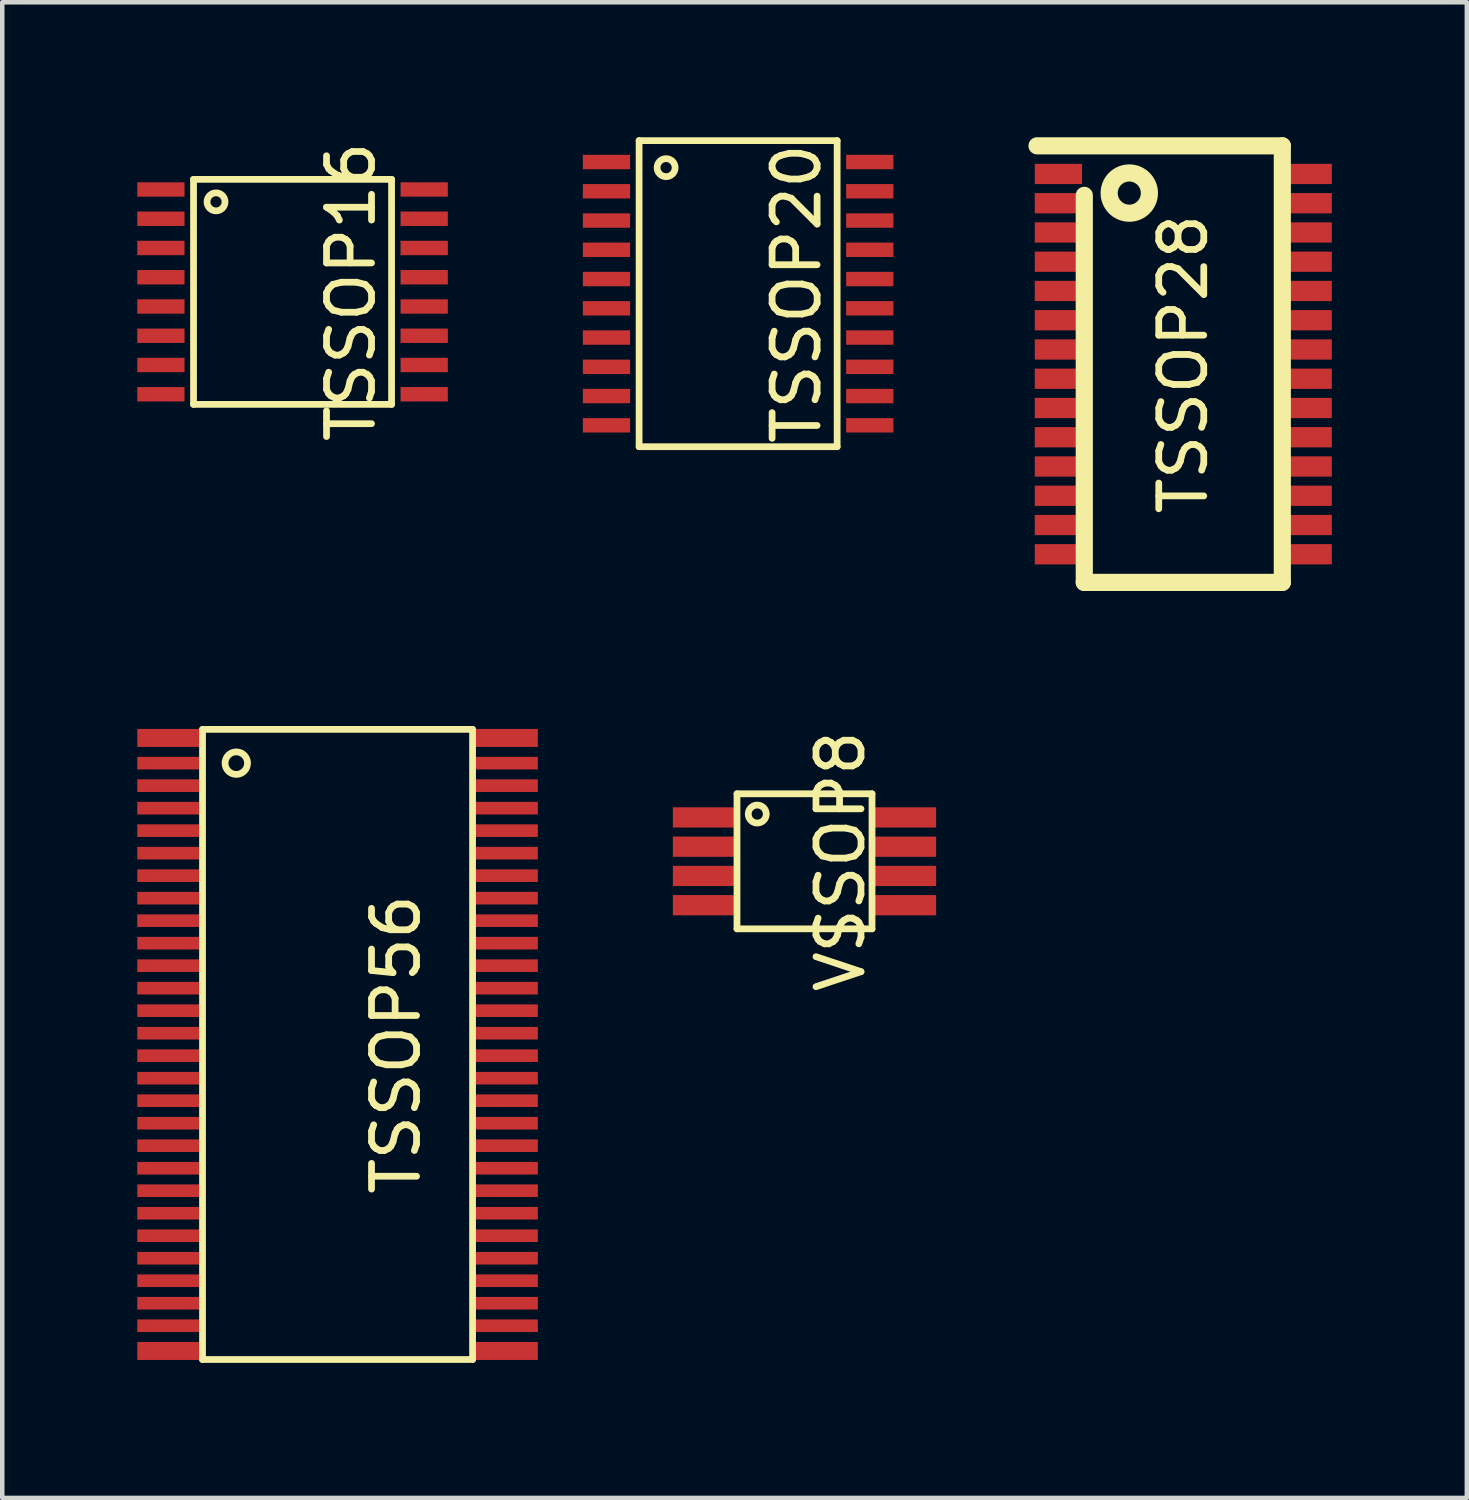
<source format=kicad_pcb>
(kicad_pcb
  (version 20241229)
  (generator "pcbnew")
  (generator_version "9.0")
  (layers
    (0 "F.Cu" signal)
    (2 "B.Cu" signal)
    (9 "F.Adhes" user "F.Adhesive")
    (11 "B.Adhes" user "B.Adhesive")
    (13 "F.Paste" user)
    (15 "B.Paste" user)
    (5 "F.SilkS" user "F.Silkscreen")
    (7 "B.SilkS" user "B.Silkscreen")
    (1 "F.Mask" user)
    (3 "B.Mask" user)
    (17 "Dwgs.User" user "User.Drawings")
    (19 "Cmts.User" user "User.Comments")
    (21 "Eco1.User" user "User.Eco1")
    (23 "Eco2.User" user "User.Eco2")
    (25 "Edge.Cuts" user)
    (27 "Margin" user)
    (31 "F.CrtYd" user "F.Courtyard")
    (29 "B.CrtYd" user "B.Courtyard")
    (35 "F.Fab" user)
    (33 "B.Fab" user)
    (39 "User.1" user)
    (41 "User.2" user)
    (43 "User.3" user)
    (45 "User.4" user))
  (footprint "TSSOP56"
    (layer "F.Cu")
    (at 4.45 20.156)
    (property "Reference" "TSSOP56" (at 1.3 0 90) (layer "F.SilkS") (effects (font (size 1 1) (thickness 0.15))))
    (attr smd)
    (fp_line (start -3 -7) (end 3 -7) (stroke (width 0.15) (type solid)) (layer "F.SilkS"))
    (fp_line (start -3 7) (end -3 -7) (stroke (width 0.15) (type solid)) (layer "F.SilkS"))
    (fp_line (start 3 -7) (end 3 7) (stroke (width 0.15) (type solid)) (layer "F.SilkS"))
    (fp_line (start 3 7) (end -3 7) (stroke (width 0.15) (type solid)) (layer "F.SilkS"))
    (fp_circle (center -2.25 -6.25) (end -2 -6.25) (stroke (width 0.15) (type solid)) (fill no) (layer "F.SilkS"))
    (pad "1" smd rect (at -3.75 -6.81) (size 1.4 0.4) (layers "F.Cu" "F.Mask" "F.Paste"))
    (pad "2" smd rect (at -3.75 -6.25) (size 1.4 0.28) (layers "F.Cu" "F.Mask" "F.Paste"))
    (pad "3" smd rect (at -3.75 -5.75) (size 1.4 0.28) (layers "F.Cu" "F.Mask" "F.Paste"))
    (pad "4" smd rect (at -3.75 -5.25) (size 1.4 0.28) (layers "F.Cu" "F.Mask" "F.Paste"))
    (pad "5" smd rect (at -3.75 -4.75) (size 1.4 0.28) (layers "F.Cu" "F.Mask" "F.Paste"))
    (pad "6" smd rect (at -3.75 -4.25) (size 1.4 0.28) (layers "F.Cu" "F.Mask" "F.Paste"))
    (pad "7" smd rect (at -3.75 -3.75) (size 1.4 0.28) (layers "F.Cu" "F.Mask" "F.Paste"))
    (pad "8" smd rect (at -3.75 -3.25) (size 1.4 0.28) (layers "F.Cu" "F.Mask" "F.Paste"))
    (pad "9" smd rect (at -3.75 -2.75) (size 1.4 0.28) (layers "F.Cu" "F.Mask" "F.Paste"))
    (pad "10" smd rect (at -3.75 -2.25) (size 1.4 0.28) (layers "F.Cu" "F.Mask" "F.Paste"))
    (pad "11" smd rect (at -3.75 -1.75) (size 1.4 0.28) (layers "F.Cu" "F.Mask" "F.Paste"))
    (pad "12" smd rect (at -3.75 -1.25) (size 1.4 0.28) (layers "F.Cu" "F.Mask" "F.Paste"))
    (pad "13" smd rect (at -3.75 -0.75) (size 1.4 0.28) (layers "F.Cu" "F.Mask" "F.Paste"))
    (pad "14" smd rect (at -3.75 -0.25) (size 1.4 0.28) (layers "F.Cu" "F.Mask" "F.Paste"))
    (pad "15" smd rect (at -3.75 0.25) (size 1.4 0.28) (layers "F.Cu" "F.Mask" "F.Paste"))
    (pad "16" smd rect (at -3.75 0.75) (size 1.4 0.28) (layers "F.Cu" "F.Mask" "F.Paste"))
    (pad "17" smd rect (at -3.75 1.25) (size 1.4 0.28) (layers "F.Cu" "F.Mask" "F.Paste"))
    (pad "18" smd rect (at -3.75 1.75) (size 1.4 0.28) (layers "F.Cu" "F.Mask" "F.Paste"))
    (pad "19" smd rect (at -3.75 2.25) (size 1.4 0.28) (layers "F.Cu" "F.Mask" "F.Paste"))
    (pad "20" smd rect (at -3.75 2.75) (size 1.4 0.28) (layers "F.Cu" "F.Mask" "F.Paste"))
    (pad "21" smd rect (at -3.75 3.25) (size 1.4 0.28) (layers "F.Cu" "F.Mask" "F.Paste"))
    (pad "22" smd rect (at -3.75 3.75) (size 1.4 0.28) (layers "F.Cu" "F.Mask" "F.Paste"))
    (pad "23" smd rect (at -3.75 4.25) (size 1.4 0.28) (layers "F.Cu" "F.Mask" "F.Paste"))
    (pad "24" smd rect (at -3.75 4.75) (size 1.4 0.28) (layers "F.Cu" "F.Mask" "F.Paste"))
    (pad "25" smd rect (at -3.75 5.25) (size 1.4 0.28) (layers "F.Cu" "F.Mask" "F.Paste"))
    (pad "26" smd rect (at -3.75 5.75) (size 1.4 0.28) (layers "F.Cu" "F.Mask" "F.Paste"))
    (pad "27" smd rect (at -3.75 6.25) (size 1.4 0.28) (layers "F.Cu" "F.Mask" "F.Paste"))
    (pad "28" smd rect (at -3.75 6.81) (size 1.4 0.4) (layers "F.Cu" "F.Mask" "F.Paste"))
    (pad "29" smd rect (at 3.75 6.81) (size 1.4 0.4) (layers "F.Cu" "F.Mask" "F.Paste"))
    (pad "30" smd rect (at 3.75 6.25) (size 1.4 0.28) (layers "F.Cu" "F.Mask" "F.Paste"))
    (pad "31" smd rect (at 3.75 5.75) (size 1.4 0.28) (layers "F.Cu" "F.Mask" "F.Paste"))
    (pad "32" smd rect (at 3.75 5.25) (size 1.4 0.28) (layers "F.Cu" "F.Mask" "F.Paste"))
    (pad "33" smd rect (at 3.75 4.75) (size 1.4 0.28) (layers "F.Cu" "F.Mask" "F.Paste"))
    (pad "34" smd rect (at 3.75 4.25) (size 1.4 0.28) (layers "F.Cu" "F.Mask" "F.Paste"))
    (pad "35" smd rect (at 3.75 3.75) (size 1.4 0.28) (layers "F.Cu" "F.Mask" "F.Paste"))
    (pad "36" smd rect (at 3.75 3.25) (size 1.4 0.28) (layers "F.Cu" "F.Mask" "F.Paste"))
    (pad "37" smd rect (at 3.75 2.75) (size 1.4 0.28) (layers "F.Cu" "F.Mask" "F.Paste"))
    (pad "38" smd rect (at 3.75 2.25) (size 1.4 0.28) (layers "F.Cu" "F.Mask" "F.Paste"))
    (pad "39" smd rect (at 3.75 1.75) (size 1.4 0.28) (layers "F.Cu" "F.Mask" "F.Paste"))
    (pad "40" smd rect (at 3.75 1.25) (size 1.4 0.28) (layers "F.Cu" "F.Mask" "F.Paste"))
    (pad "41" smd rect (at 3.75 0.75) (size 1.4 0.28) (layers "F.Cu" "F.Mask" "F.Paste"))
    (pad "42" smd rect (at 3.75 0.25) (size 1.4 0.28) (layers "F.Cu" "F.Mask" "F.Paste"))
    (pad "43" smd rect (at 3.75 -0.25) (size 1.4 0.28) (layers "F.Cu" "F.Mask" "F.Paste"))
    (pad "44" smd rect (at 3.75 -0.75) (size 1.4 0.28) (layers "F.Cu" "F.Mask" "F.Paste"))
    (pad "45" smd rect (at 3.75 -1.25) (size 1.4 0.28) (layers "F.Cu" "F.Mask" "F.Paste"))
    (pad "46" smd rect (at 3.75 -1.75) (size 1.4 0.28) (layers "F.Cu" "F.Mask" "F.Paste"))
    (pad "47" smd rect (at 3.75 -2.25) (size 1.4 0.28) (layers "F.Cu" "F.Mask" "F.Paste"))
    (pad "48" smd rect (at 3.75 -2.75) (size 1.4 0.28) (layers "F.Cu" "F.Mask" "F.Paste"))
    (pad "49" smd rect (at 3.75 -3.25) (size 1.4 0.28) (layers "F.Cu" "F.Mask" "F.Paste"))
    (pad "50" smd rect (at 3.75 -3.75) (size 1.4 0.28) (layers "F.Cu" "F.Mask" "F.Paste"))
    (pad "51" smd rect (at 3.75 -4.25) (size 1.4 0.28) (layers "F.Cu" "F.Mask" "F.Paste"))
    (pad "52" smd rect (at 3.75 -4.75) (size 1.4 0.28) (layers "F.Cu" "F.Mask" "F.Paste"))
    (pad "53" smd rect (at 3.75 -5.25) (size 1.4 0.28) (layers "F.Cu" "F.Mask" "F.Paste"))
    (pad "54" smd rect (at 3.75 -5.75) (size 1.4 0.28) (layers "F.Cu" "F.Mask" "F.Paste"))
    (pad "55" smd rect (at 3.75 -6.25) (size 1.4 0.28) (layers "F.Cu" "F.Mask" "F.Paste"))
    (pad "56" smd rect (at 3.75 -6.81) (size 1.4 0.4) (layers "F.Cu" "F.Mask" "F.Paste")))
  (footprint "VSSOP8"
    (layer "F.Cu")
    (at 14.825 16.087)
    (property "Reference" "VSSOP8" (at 0.8 0 90) (layer "F.SilkS") (effects (font (size 1 1) (thickness 0.15))))
    (attr smd)
    (fp_line (start -1.5 -1.5) (end 1.5 -1.5) (stroke (width 0.15) (type solid)) (layer "F.SilkS"))
    (fp_line (start -1.5 1.5) (end -1.5 -1.5) (stroke (width 0.15) (type solid)) (layer "F.SilkS"))
    (fp_line (start 1.5 -1.5) (end 1.5 1.5) (stroke (width 0.15) (type solid)) (layer "F.SilkS"))
    (fp_line (start 1.5 1.5) (end -1.5 1.5) (stroke (width 0.15) (type solid)) (layer "F.SilkS"))
    (fp_circle (center -1.05 -1.05) (end -1.05 -1.25) (stroke (width 0.15) (type solid)) (fill no) (layer "F.SilkS"))
    (pad "1" smd rect (at -2.2 -0.975) (size 1.45 0.45) (layers "F.Cu" "F.Mask" "F.Paste"))
    (pad "2" smd rect (at -2.2 -0.325) (size 1.45 0.45) (layers "F.Cu" "F.Mask" "F.Paste"))
    (pad "3" smd rect (at -2.2 0.325) (size 1.45 0.45) (layers "F.Cu" "F.Mask" "F.Paste"))
    (pad "4" smd rect (at -2.2 0.975) (size 1.45 0.45) (layers "F.Cu" "F.Mask" "F.Paste"))
    (pad "5" smd rect (at 2.2 0.975) (size 1.45 0.45) (layers "F.Cu" "F.Mask" "F.Paste"))
    (pad "6" smd rect (at 2.2 0.325) (size 1.45 0.45) (layers "F.Cu" "F.Mask" "F.Paste"))
    (pad "7" smd rect (at 2.2 -0.325) (size 1.45 0.45) (layers "F.Cu" "F.Mask" "F.Paste"))
    (pad "8" smd rect (at 2.2 -0.975) (size 1.45 0.45) (layers "F.Cu" "F.Mask" "F.Paste")))
  (footprint "TSSOP28"
    (layer "F.Cu")
    (at 23.241 5.04)
    (property "Reference" "TSSOP28" (at 0 0 90) (layer "F.SilkS") (effects (font (size 1 1) (thickness 0.15))))
    (attr smd)
    (fp_line (start -2.2 4.85) (end -2.2 -3.75) (stroke (width 0.381) (type solid)) (layer "F.SilkS"))
    (fp_line (start 2.2 -4.85) (end -3.25 -4.85) (stroke (width 0.381) (type solid)) (layer "F.SilkS"))
    (fp_line (start 2.2 -4.85) (end 2.2 4.85) (stroke (width 0.381) (type solid)) (layer "F.SilkS"))
    (fp_line (start 2.2 4.85) (end -2.2 4.85) (stroke (width 0.381) (type solid)) (layer "F.SilkS"))
    (fp_circle (center -1.2 -3.8) (end -0.8 -3.6) (stroke (width 0.381) (type solid)) (fill no) (layer "F.SilkS"))
    (pad "1" smd rect (at -2.775 -4.225) (size 1.05 0.45) (layers "F.Cu" "F.Mask" "F.Paste"))
    (pad "2" smd rect (at -2.775 -3.575) (size 1.05 0.45) (layers "F.Cu" "F.Mask" "F.Paste"))
    (pad "3" smd rect (at -2.775 -2.925) (size 1.05 0.45) (layers "F.Cu" "F.Mask" "F.Paste"))
    (pad "4" smd rect (at -2.775 -2.275) (size 1.05 0.45) (layers "F.Cu" "F.Mask" "F.Paste"))
    (pad "5" smd rect (at -2.775 -1.625) (size 1.05 0.45) (layers "F.Cu" "F.Mask" "F.Paste"))
    (pad "6" smd rect (at -2.775 -0.975) (size 1.05 0.45) (layers "F.Cu" "F.Mask" "F.Paste"))
    (pad "7" smd rect (at -2.775 -0.325) (size 1.05 0.45) (layers "F.Cu" "F.Mask" "F.Paste"))
    (pad "8" smd rect (at -2.775 0.325) (size 1.05 0.45) (layers "F.Cu" "F.Mask" "F.Paste"))
    (pad "9" smd rect (at -2.775 0.975) (size 1.05 0.45) (layers "F.Cu" "F.Mask" "F.Paste"))
    (pad "10" smd rect (at -2.775 1.625) (size 1.05 0.45) (layers "F.Cu" "F.Mask" "F.Paste"))
    (pad "11" smd rect (at -2.775 2.275) (size 1.05 0.45) (layers "F.Cu" "F.Mask" "F.Paste"))
    (pad "12" smd rect (at -2.775 2.925) (size 1.05 0.45) (layers "F.Cu" "F.Mask" "F.Paste"))
    (pad "13" smd rect (at -2.775 3.575) (size 1.05 0.45) (layers "F.Cu" "F.Mask" "F.Paste"))
    (pad "14" smd rect (at -2.775 4.225) (size 1.05 0.45) (layers "F.Cu" "F.Mask" "F.Paste"))
    (pad "15" smd rect (at 2.775 4.225) (size 1.05 0.45) (layers "F.Cu" "F.Mask" "F.Paste"))
    (pad "16" smd rect (at 2.775 3.575) (size 1.05 0.45) (layers "F.Cu" "F.Mask" "F.Paste"))
    (pad "17" smd rect (at 2.775 2.925) (size 1.05 0.45) (layers "F.Cu" "F.Mask" "F.Paste"))
    (pad "18" smd rect (at 2.775 2.275) (size 1.05 0.45) (layers "F.Cu" "F.Mask" "F.Paste"))
    (pad "19" smd rect (at 2.775 1.625) (size 1.05 0.45) (layers "F.Cu" "F.Mask" "F.Paste"))
    (pad "20" smd rect (at 2.775 0.975) (size 1.05 0.45) (layers "F.Cu" "F.Mask" "F.Paste"))
    (pad "21" smd rect (at 2.775 0.325) (size 1.05 0.45) (layers "F.Cu" "F.Mask" "F.Paste"))
    (pad "22" smd rect (at 2.775 -0.325) (size 1.05 0.45) (layers "F.Cu" "F.Mask" "F.Paste"))
    (pad "23" smd rect (at 2.775 -0.975) (size 1.05 0.45) (layers "F.Cu" "F.Mask" "F.Paste"))
    (pad "24" smd rect (at 2.775 -1.625) (size 1.05 0.45) (layers "F.Cu" "F.Mask" "F.Paste"))
    (pad "25" smd rect (at 2.775 -2.275) (size 1.05 0.45) (layers "F.Cu" "F.Mask" "F.Paste"))
    (pad "26" smd rect (at 2.775 -2.925) (size 1.05 0.45) (layers "F.Cu" "F.Mask" "F.Paste"))
    (pad "27" smd rect (at 2.775 -3.575) (size 1.05 0.45) (layers "F.Cu" "F.Mask" "F.Paste"))
    (pad "28" smd rect (at 2.775 -4.225) (size 1.05 0.45) (layers "F.Cu" "F.Mask" "F.Paste")))
  (footprint "TSSOP16"
    (layer "F.Cu")
    (at 3.45 3.435)
    (property "Reference" "TSSOP16" (at 1.3 0 90) (layer "F.SilkS") (effects (font (size 1 1) (thickness 0.15))))
    (attr smd)
    (fp_line (start -2.2 -2.5) (end 2.2 -2.5) (stroke (width 0.15) (type solid)) (layer "F.SilkS"))
    (fp_line (start -2.2 2.5) (end -2.2 -2.5) (stroke (width 0.15) (type solid)) (layer "F.SilkS"))
    (fp_line (start 2.2 -2.5) (end 2.2 2.5) (stroke (width 0.15) (type solid)) (layer "F.SilkS"))
    (fp_line (start 2.2 2.5) (end -2.2 2.5) (stroke (width 0.15) (type solid)) (layer "F.SilkS"))
    (fp_circle (center -1.7 -2) (end -1.7 -2.2) (stroke (width 0.15) (type solid)) (fill no) (layer "F.SilkS"))
    (pad "1" smd rect (at -2.925 -2.275) (size 1.05 0.32) (layers "F.Cu" "F.Mask" "F.Paste"))
    (pad "2" smd rect (at -2.925 -1.625) (size 1.05 0.32) (layers "F.Cu" "F.Mask" "F.Paste"))
    (pad "3" smd rect (at -2.925 -0.975) (size 1.05 0.32) (layers "F.Cu" "F.Mask" "F.Paste"))
    (pad "4" smd rect (at -2.925 -0.325) (size 1.05 0.32) (layers "F.Cu" "F.Mask" "F.Paste"))
    (pad "5" smd rect (at -2.925 0.325) (size 1.05 0.32) (layers "F.Cu" "F.Mask" "F.Paste"))
    (pad "6" smd rect (at -2.925 0.975) (size 1.05 0.32) (layers "F.Cu" "F.Mask" "F.Paste"))
    (pad "7" smd rect (at -2.925 1.625) (size 1.05 0.32) (layers "F.Cu" "F.Mask" "F.Paste"))
    (pad "8" smd rect (at -2.925 2.275) (size 1.05 0.32) (layers "F.Cu" "F.Mask" "F.Paste"))
    (pad "9" smd rect (at 2.925 2.275) (size 1.05 0.32) (layers "F.Cu" "F.Mask" "F.Paste"))
    (pad "10" smd rect (at 2.925 1.625) (size 1.05 0.32) (layers "F.Cu" "F.Mask" "F.Paste"))
    (pad "11" smd rect (at 2.925 0.975) (size 1.05 0.32) (layers "F.Cu" "F.Mask" "F.Paste"))
    (pad "12" smd rect (at 2.925 0.325) (size 1.05 0.32) (layers "F.Cu" "F.Mask" "F.Paste"))
    (pad "13" smd rect (at 2.925 -0.325) (size 1.05 0.32) (layers "F.Cu" "F.Mask" "F.Paste"))
    (pad "14" smd rect (at 2.925 -0.975) (size 1.05 0.32) (layers "F.Cu" "F.Mask" "F.Paste"))
    (pad "15" smd rect (at 2.925 -1.625) (size 1.05 0.32) (layers "F.Cu" "F.Mask" "F.Paste"))
    (pad "16" smd rect (at 2.925 -2.275) (size 1.05 0.32) (layers "F.Cu" "F.Mask" "F.Paste")))
  (footprint "TSSOP20"
    (layer "F.Cu")
    (at 13.35 3.475)
    (property "Reference" "TSSOP20" (at 1.3 0 90) (layer "F.SilkS") (effects (font (size 1 1) (thickness 0.15))))
    (attr smd)
    (fp_line (start -2.2 -3.4) (end 2.2 -3.4) (stroke (width 0.15) (type solid)) (layer "F.SilkS"))
    (fp_line (start -2.2 3.4) (end -2.2 -3.4) (stroke (width 0.15) (type solid)) (layer "F.SilkS"))
    (fp_line (start 2.2 -3.4) (end 2.2 3.4) (stroke (width 0.15) (type solid)) (layer "F.SilkS"))
    (fp_line (start 2.2 3.4) (end -2.2 3.4) (stroke (width 0.15) (type solid)) (layer "F.SilkS"))
    (fp_circle (center -1.6 -2.8) (end -1.6 -3) (stroke (width 0.15) (type solid)) (fill no) (layer "F.SilkS"))
    (pad "1" smd rect (at -2.925 -2.925) (size 1.05 0.32) (layers "F.Cu" "F.Mask" "F.Paste"))
    (pad "2" smd rect (at -2.925 -2.275) (size 1.05 0.32) (layers "F.Cu" "F.Mask" "F.Paste"))
    (pad "3" smd rect (at -2.925 -1.625) (size 1.05 0.32) (layers "F.Cu" "F.Mask" "F.Paste"))
    (pad "4" smd rect (at -2.925 -0.975) (size 1.05 0.32) (layers "F.Cu" "F.Mask" "F.Paste"))
    (pad "5" smd rect (at -2.925 -0.325) (size 1.05 0.32) (layers "F.Cu" "F.Mask" "F.Paste"))
    (pad "6" smd rect (at -2.925 0.325) (size 1.05 0.32) (layers "F.Cu" "F.Mask" "F.Paste"))
    (pad "7" smd rect (at -2.925 0.975) (size 1.05 0.32) (layers "F.Cu" "F.Mask" "F.Paste"))
    (pad "8" smd rect (at -2.925 1.625) (size 1.05 0.32) (layers "F.Cu" "F.Mask" "F.Paste"))
    (pad "9" smd rect (at -2.925 2.275) (size 1.05 0.32) (layers "F.Cu" "F.Mask" "F.Paste"))
    (pad "10" smd rect (at -2.925 2.925) (size 1.05 0.32) (layers "F.Cu" "F.Mask" "F.Paste"))
    (pad "11" smd rect (at 2.925 2.925) (size 1.05 0.32) (layers "F.Cu" "F.Mask" "F.Paste"))
    (pad "12" smd rect (at 2.925 2.275) (size 1.05 0.32) (layers "F.Cu" "F.Mask" "F.Paste"))
    (pad "13" smd rect (at 2.925 1.625) (size 1.05 0.32) (layers "F.Cu" "F.Mask" "F.Paste"))
    (pad "14" smd rect (at 2.925 0.975) (size 1.05 0.32) (layers "F.Cu" "F.Mask" "F.Paste"))
    (pad "15" smd rect (at 2.925 0.325) (size 1.05 0.32) (layers "F.Cu" "F.Mask" "F.Paste"))
    (pad "16" smd rect (at 2.925 -0.325) (size 1.05 0.32) (layers "F.Cu" "F.Mask" "F.Paste"))
    (pad "17" smd rect (at 2.925 -0.975) (size 1.05 0.32) (layers "F.Cu" "F.Mask" "F.Paste"))
    (pad "18" smd rect (at 2.925 -1.625) (size 1.05 0.32) (layers "F.Cu" "F.Mask" "F.Paste"))
    (pad "19" smd rect (at 2.925 -2.275) (size 1.05 0.32) (layers "F.Cu" "F.Mask" "F.Paste"))
    (pad "20" smd rect (at 2.925 -2.925) (size 1.05 0.32) (layers "F.Cu" "F.Mask" "F.Paste")))
  (gr_rect
    (start -3 -3)
    (end 29.541 30.231)
    (stroke (width 0.1) (type default))
    (fill no)
    (layer "Edge.Cuts")))
</source>
